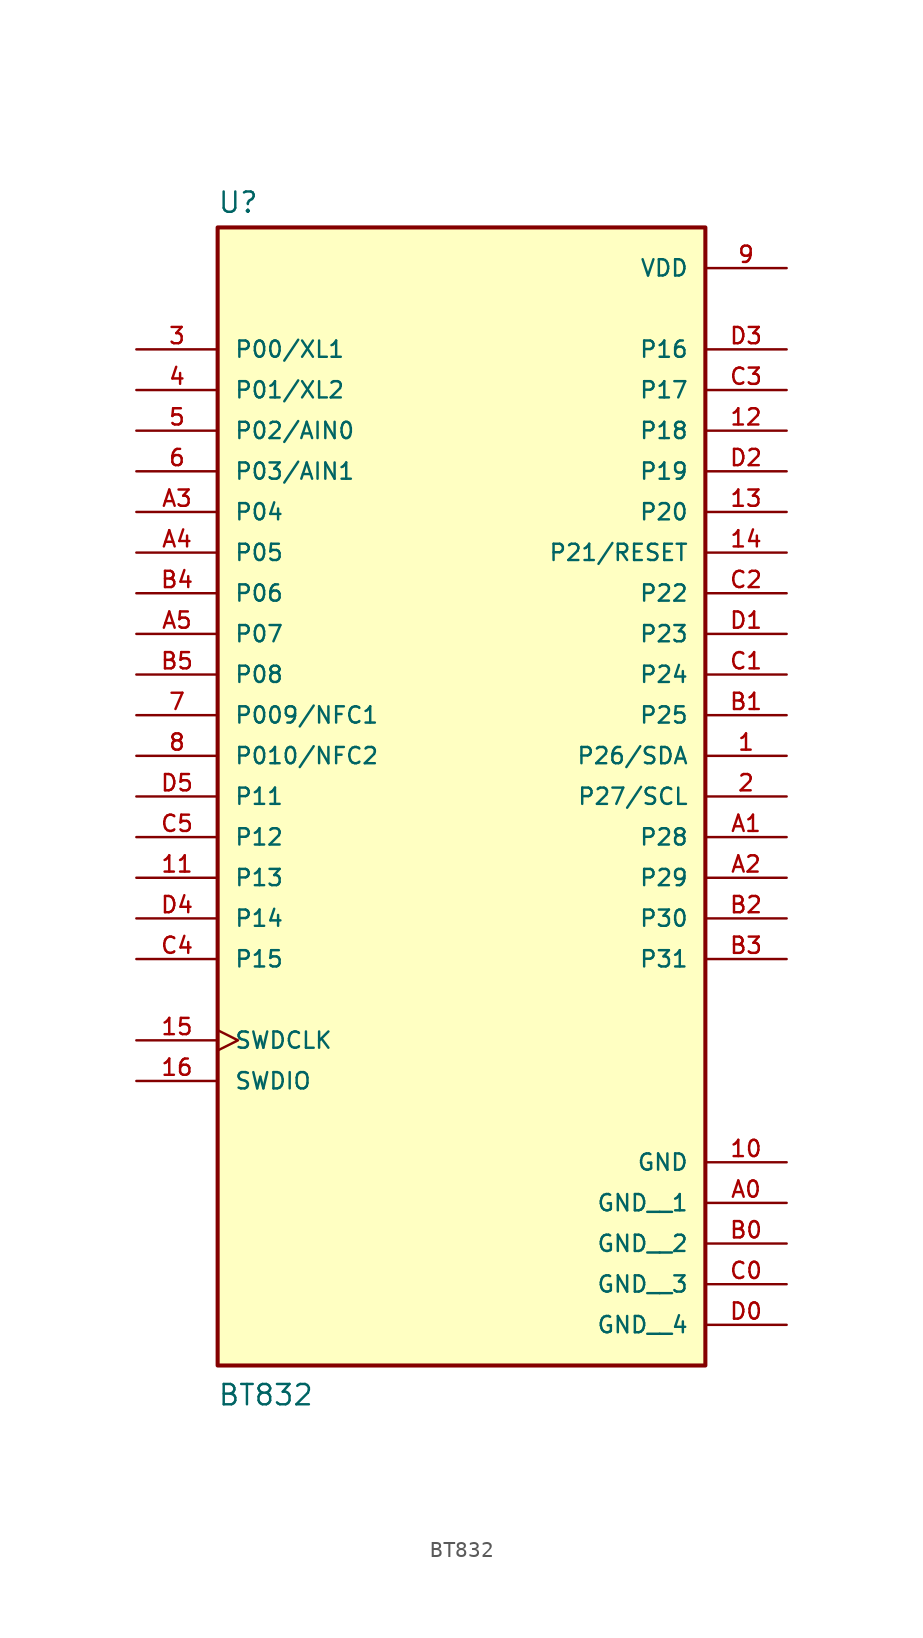
<source format=kicad_sym>
(kicad_symbol_lib
  (version 20211014)
  (generator kicad_symbol_editor)
  (symbol "BT832"
    (pin_names
      (offset 1.016))
    (property "Reference" "U"
      (at -15.266 31.295 0)
      (effects (font (size 1.27 1.27)) (justify bottom left)))
    (property "Value" "BT832"
      (at -15.262 -43.228 0)
      (effects (font (size 1.27 1.27)) (justify bottom left)))
    (symbol "BT832_0_0"
      (rectangle (start -15.24 -40.64) (end 15.24 30.48) (stroke (width 0.254)) (fill (type background)))
      (pin bidirectional line (at 20.32 -2.54 180.0) (length 5.08) (name "P26/SDA" (effects (font (size 1.016 1.016)))) (number "1" (effects (font (size 1.016 1.016)))))
      (pin bidirectional line (at 20.32 -5.08 180.0) (length 5.08) (name "P27/SCL" (effects (font (size 1.016 1.016)))) (number "2" (effects (font (size 1.016 1.016)))))
      (pin bidirectional line (at -20.32 22.86 0) (length 5.08) (name "P00/XL1" (effects (font (size 1.016 1.016)))) (number "3" (effects (font (size 1.016 1.016)))))
      (pin bidirectional line (at -20.32 20.32 0) (length 5.08) (name "P01/XL2" (effects (font (size 1.016 1.016)))) (number "4" (effects (font (size 1.016 1.016)))))
      (pin bidirectional line (at -20.32 17.78 0) (length 5.08) (name "P02/AIN0" (effects (font (size 1.016 1.016)))) (number "5" (effects (font (size 1.016 1.016)))))
      (pin bidirectional line (at -20.32 15.24 0) (length 5.08) (name "P03/AIN1" (effects (font (size 1.016 1.016)))) (number "6" (effects (font (size 1.016 1.016)))))
      (pin bidirectional line (at -20.32 0.0 0) (length 5.08) (name "P009/NFC1" (effects (font (size 1.016 1.016)))) (number "7" (effects (font (size 1.016 1.016)))))
      (pin bidirectional line (at -20.32 -2.54 0) (length 5.08) (name "P010/NFC2" (effects (font (size 1.016 1.016)))) (number "8" (effects (font (size 1.016 1.016)))))
      (pin power_in line (at 20.32 27.94 180.0) (length 5.08) (name "VDD" (effects (font (size 1.016 1.016)))) (number "9" (effects (font (size 1.016 1.016)))))
      (pin power_in line (at 20.32 -27.94 180.0) (length 5.08) (name "GND" (effects (font (size 1.016 1.016)))) (number "10" (effects (font (size 1.016 1.016)))))
      (pin bidirectional line (at -20.32 -10.16 0) (length 5.08) (name "P13" (effects (font (size 1.016 1.016)))) (number "11" (effects (font (size 1.016 1.016)))))
      (pin bidirectional line (at 20.32 17.78 180.0) (length 5.08) (name "P18" (effects (font (size 1.016 1.016)))) (number "12" (effects (font (size 1.016 1.016)))))
      (pin bidirectional line (at 20.32 12.7 180.0) (length 5.08) (name "P20" (effects (font (size 1.016 1.016)))) (number "13" (effects (font (size 1.016 1.016)))))
      (pin bidirectional line (at 20.32 10.16 180.0) (length 5.08) (name "P21/RESET" (effects (font (size 1.016 1.016)))) (number "14" (effects (font (size 1.016 1.016)))))
      (pin input clock (at -20.32 -20.32 0) (length 5.08) (name "SWDCLK" (effects (font (size 1.016 1.016)))) (number "15" (effects (font (size 1.016 1.016)))))
      (pin bidirectional line (at -20.32 -22.86 0) (length 5.08) (name "SWDIO" (effects (font (size 1.016 1.016)))) (number "16" (effects (font (size 1.016 1.016)))))
      (pin bidirectional line (at 20.32 -7.62 180.0) (length 5.08) (name "P28" (effects (font (size 1.016 1.016)))) (number "A1" (effects (font (size 1.016 1.016)))))
      (pin bidirectional line (at 20.32 -10.16 180.0) (length 5.08) (name "P29" (effects (font (size 1.016 1.016)))) (number "A2" (effects (font (size 1.016 1.016)))))
      (pin bidirectional line (at -20.32 12.7 0) (length 5.08) (name "P04" (effects (font (size 1.016 1.016)))) (number "A3" (effects (font (size 1.016 1.016)))))
      (pin bidirectional line (at -20.32 10.16 0) (length 5.08) (name "P05" (effects (font (size 1.016 1.016)))) (number "A4" (effects (font (size 1.016 1.016)))))
      (pin bidirectional line (at -20.32 5.08 0) (length 5.08) (name "P07" (effects (font (size 1.016 1.016)))) (number "A5" (effects (font (size 1.016 1.016)))))
      (pin bidirectional line (at 20.32 0.0 180.0) (length 5.08) (name "P25" (effects (font (size 1.016 1.016)))) (number "B1" (effects (font (size 1.016 1.016)))))
      (pin bidirectional line (at 20.32 -12.7 180.0) (length 5.08) (name "P30" (effects (font (size 1.016 1.016)))) (number "B2" (effects (font (size 1.016 1.016)))))
      (pin bidirectional line (at 20.32 -15.24 180.0) (length 5.08) (name "P31" (effects (font (size 1.016 1.016)))) (number "B3" (effects (font (size 1.016 1.016)))))
      (pin bidirectional line (at -20.32 2.54 0) (length 5.08) (name "P08" (effects (font (size 1.016 1.016)))) (number "B5" (effects (font (size 1.016 1.016)))))
      (pin bidirectional line (at 20.32 2.54 180.0) (length 5.08) (name "P24" (effects (font (size 1.016 1.016)))) (number "C1" (effects (font (size 1.016 1.016)))))
      (pin bidirectional line (at 20.32 7.62 180.0) (length 5.08) (name "P22" (effects (font (size 1.016 1.016)))) (number "C2" (effects (font (size 1.016 1.016)))))
      (pin bidirectional line (at -20.32 -15.24 0) (length 5.08) (name "P15" (effects (font (size 1.016 1.016)))) (number "C4" (effects (font (size 1.016 1.016)))))
      (pin bidirectional line (at -20.32 -7.62 0) (length 5.08) (name "P12" (effects (font (size 1.016 1.016)))) (number "C5" (effects (font (size 1.016 1.016)))))
      (pin bidirectional line (at 20.32 5.08 180.0) (length 5.08) (name "P23" (effects (font (size 1.016 1.016)))) (number "D1" (effects (font (size 1.016 1.016)))))
      (pin bidirectional line (at 20.32 22.86 180.0) (length 5.08) (name "P16" (effects (font (size 1.016 1.016)))) (number "D3" (effects (font (size 1.016 1.016)))))
      (pin bidirectional line (at -20.32 -12.7 0) (length 5.08) (name "P14" (effects (font (size 1.016 1.016)))) (number "D4" (effects (font (size 1.016 1.016)))))
      (pin bidirectional line (at -20.32 -5.08 0) (length 5.08) (name "P11" (effects (font (size 1.016 1.016)))) (number "D5" (effects (font (size 1.016 1.016)))))
      (pin bidirectional line (at -20.32 7.62 0) (length 5.08) (name "P06" (effects (font (size 1.016 1.016)))) (number "B4" (effects (font (size 1.016 1.016)))))
      (pin bidirectional line (at 20.32 20.32 180.0) (length 5.08) (name "P17" (effects (font (size 1.016 1.016)))) (number "C3" (effects (font (size 1.016 1.016)))))
      (pin bidirectional line (at 20.32 15.24 180.0) (length 5.08) (name "P19" (effects (font (size 1.016 1.016)))) (number "D2" (effects (font (size 1.016 1.016)))))
      (pin power_in line (at 20.32 -30.48 180.0) (length 5.08) (name "GND__1" (effects (font (size 1.016 1.016)))) (number "A0" (effects (font (size 1.016 1.016)))))
      (pin power_in line (at 20.32 -33.02 180.0) (length 5.08) (name "GND__2" (effects (font (size 1.016 1.016)))) (number "B0" (effects (font (size 1.016 1.016)))))
      (pin power_in line (at 20.32 -35.56 180.0) (length 5.08) (name "GND__3" (effects (font (size 1.016 1.016)))) (number "C0" (effects (font (size 1.016 1.016)))))
      (pin power_in line (at 20.32 -38.1 180.0) (length 5.08) (name "GND__4" (effects (font (size 1.016 1.016)))) (number "D0" (effects (font (size 1.016 1.016))))))))
</source>
